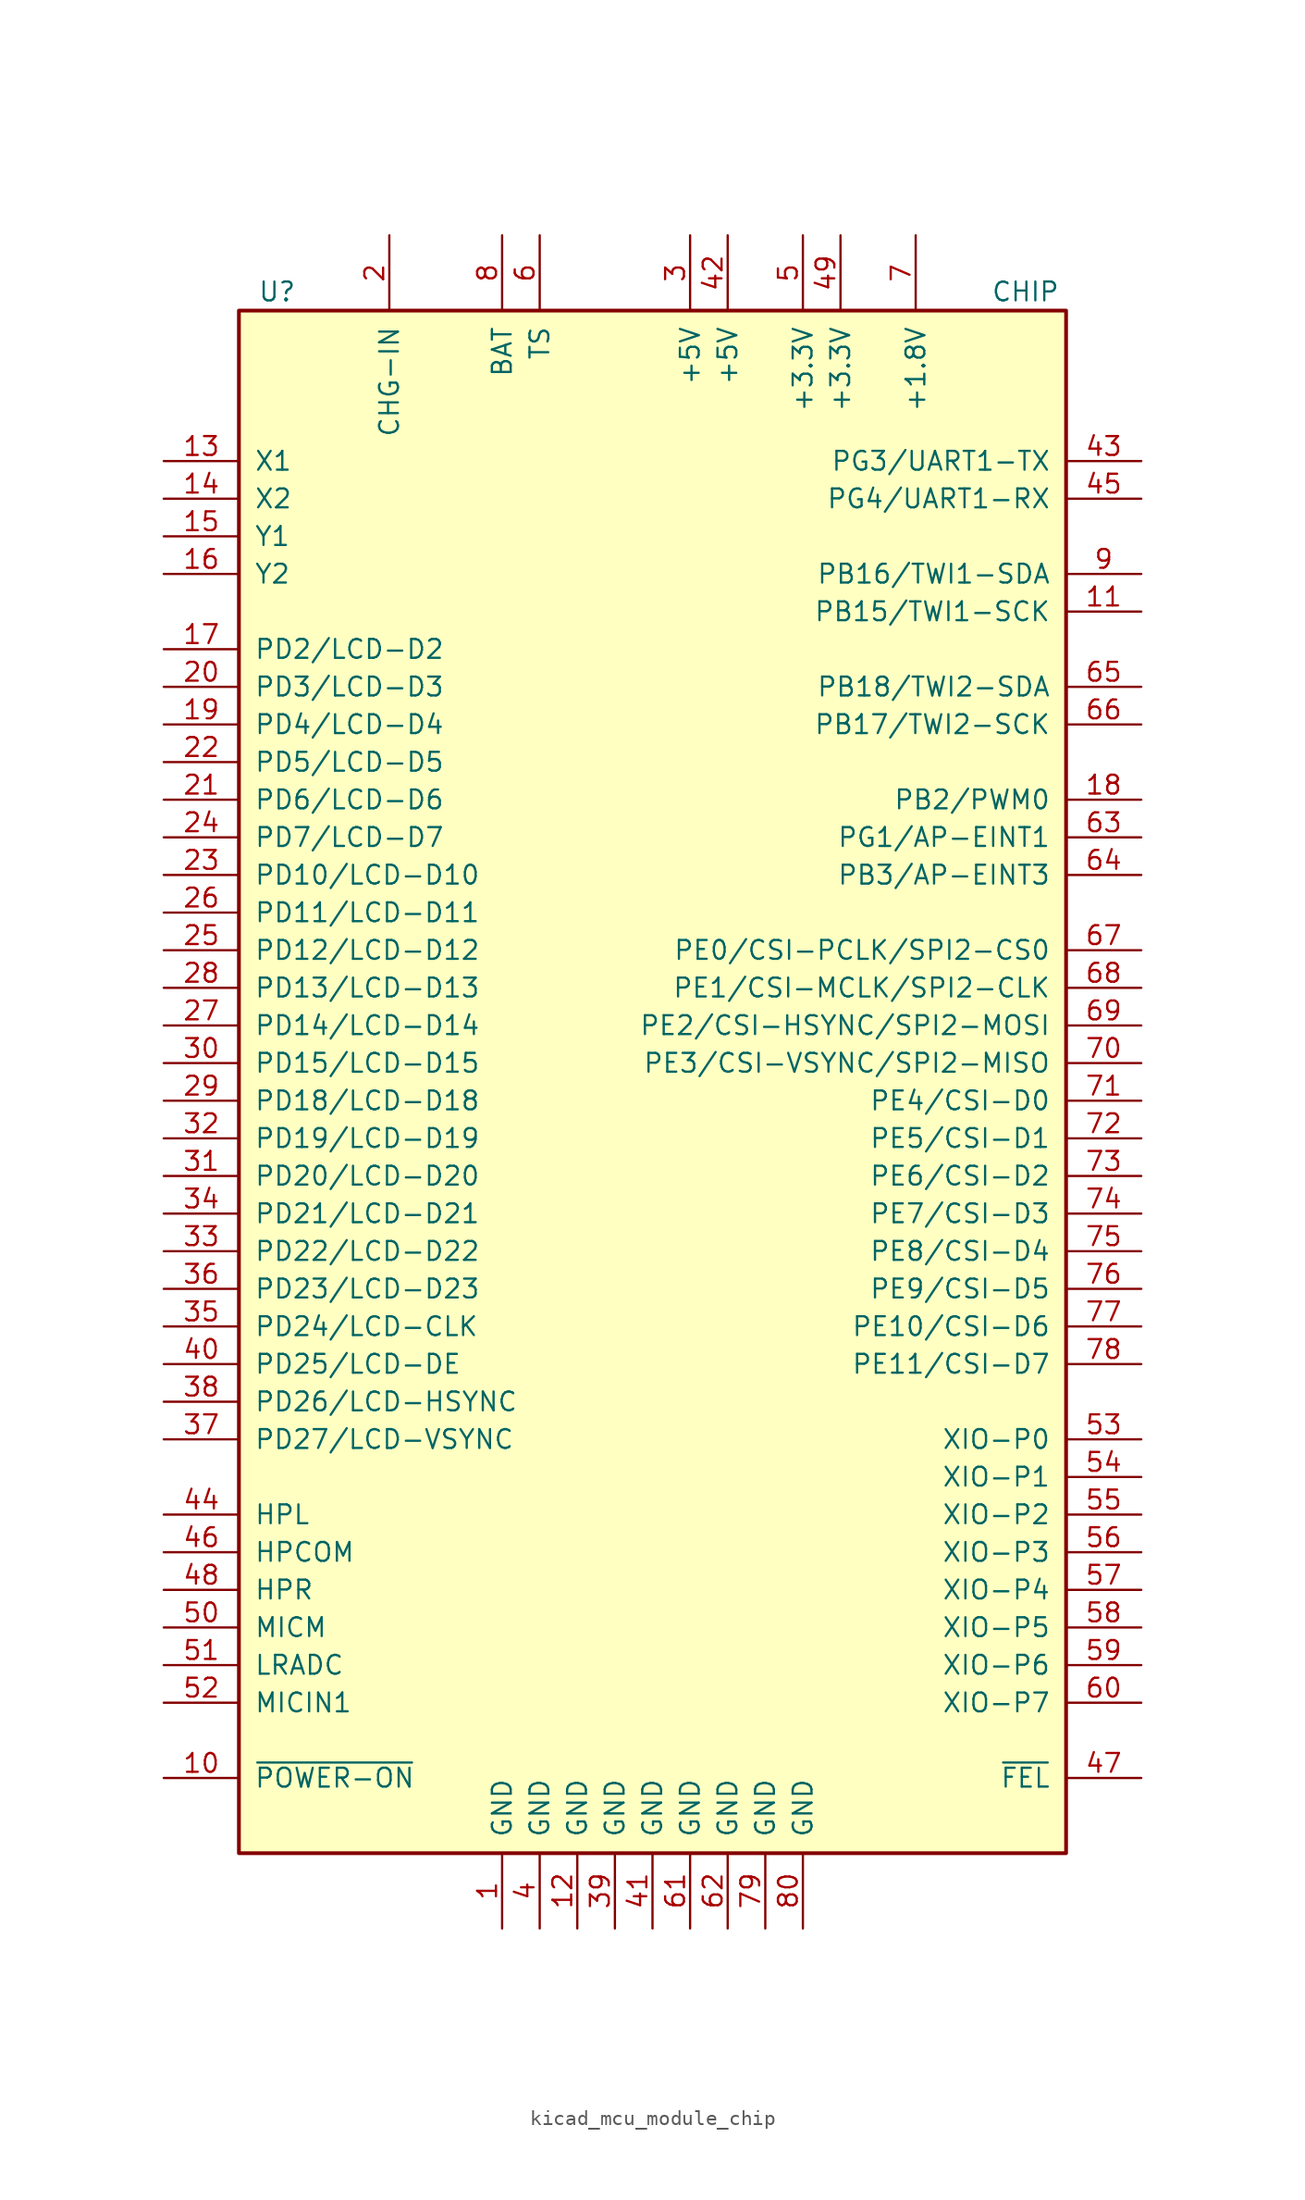
<source format=kicad_sym>
(kicad_symbol_lib
  (version 20220914)
  (generator kicad_symbol_editor)
  (symbol "kicad_mcu_module_chip"
    (pin_names
      (offset 1.016))
    (property "Reference" "U"
      (at -26.67 49.53 0)
      (effects (font (size 1.27 1.27)) (justify left)))
    (property "Value" "CHIP"
      (at 22.86 49.53 0)
      (effects (font (size 1.27 1.27)) (justify left)))
    (symbol "kicad_mcu_module_chip_0_1"
      (rectangle (start -27.94 48.26) (end 27.94 -55.88) (stroke (width 0.254) (type default)) (fill (type background))))
    (symbol "kicad_mcu_module_chip_1_1"
      (pin power_in line (at -10.16 -60.96 90) (length 5.08) (name "GND" (effects (font (size 1.27 1.27)))) (number "1" (effects (font (size 1.27 1.27)))))
      (pin input line (at -33.02 -50.8 0) (length 5.08) (name "~{POWER-ON}" (effects (font (size 1.27 1.27)))) (number "10" (effects (font (size 1.27 1.27)))))
      (pin bidirectional line (at 33.02 27.94 180) (length 5.08) (name "PB15/TWI1-SCK" (effects (font (size 1.27 1.27)))) (number "11" (effects (font (size 1.27 1.27)))))
      (pin power_in line (at -5.08 -60.96 90) (length 5.08) (name "GND" (effects (font (size 1.27 1.27)))) (number "12" (effects (font (size 1.27 1.27)))))
      (pin input line (at -33.02 38.1 0) (length 5.08) (name "X1" (effects (font (size 1.27 1.27)))) (number "13" (effects (font (size 1.27 1.27)))))
      (pin input line (at -33.02 35.56 0) (length 5.08) (name "X2" (effects (font (size 1.27 1.27)))) (number "14" (effects (font (size 1.27 1.27)))))
      (pin input line (at -33.02 33.02 0) (length 5.08) (name "Y1" (effects (font (size 1.27 1.27)))) (number "15" (effects (font (size 1.27 1.27)))))
      (pin input line (at -33.02 30.48 0) (length 5.08) (name "Y2" (effects (font (size 1.27 1.27)))) (number "16" (effects (font (size 1.27 1.27)))))
      (pin bidirectional line (at -33.02 25.4 0) (length 5.08) (name "PD2/LCD-D2" (effects (font (size 1.27 1.27)))) (number "17" (effects (font (size 1.27 1.27)))))
      (pin bidirectional line (at 33.02 15.24 180) (length 5.08) (name "PB2/PWM0" (effects (font (size 1.27 1.27)))) (number "18" (effects (font (size 1.27 1.27)))))
      (pin bidirectional line (at -33.02 20.32 0) (length 5.08) (name "PD4/LCD-D4" (effects (font (size 1.27 1.27)))) (number "19" (effects (font (size 1.27 1.27)))))
      (pin power_in line (at -17.78 53.34 270) (length 5.08) (name "CHG-IN" (effects (font (size 1.27 1.27)))) (number "2" (effects (font (size 1.27 1.27)))))
      (pin bidirectional line (at -33.02 22.86 0) (length 5.08) (name "PD3/LCD-D3" (effects (font (size 1.27 1.27)))) (number "20" (effects (font (size 1.27 1.27)))))
      (pin bidirectional line (at -33.02 15.24 0) (length 5.08) (name "PD6/LCD-D6" (effects (font (size 1.27 1.27)))) (number "21" (effects (font (size 1.27 1.27)))))
      (pin bidirectional line (at -33.02 17.78 0) (length 5.08) (name "PD5/LCD-D5" (effects (font (size 1.27 1.27)))) (number "22" (effects (font (size 1.27 1.27)))))
      (pin bidirectional line (at -33.02 10.16 0) (length 5.08) (name "PD10/LCD-D10" (effects (font (size 1.27 1.27)))) (number "23" (effects (font (size 1.27 1.27)))))
      (pin bidirectional line (at -33.02 12.7 0) (length 5.08) (name "PD7/LCD-D7" (effects (font (size 1.27 1.27)))) (number "24" (effects (font (size 1.27 1.27)))))
      (pin bidirectional line (at -33.02 5.08 0) (length 5.08) (name "PD12/LCD-D12" (effects (font (size 1.27 1.27)))) (number "25" (effects (font (size 1.27 1.27)))))
      (pin bidirectional line (at -33.02 7.62 0) (length 5.08) (name "PD11/LCD-D11" (effects (font (size 1.27 1.27)))) (number "26" (effects (font (size 1.27 1.27)))))
      (pin bidirectional line (at -33.02 0 0) (length 5.08) (name "PD14/LCD-D14" (effects (font (size 1.27 1.27)))) (number "27" (effects (font (size 1.27 1.27)))))
      (pin bidirectional line (at -33.02 2.54 0) (length 5.08) (name "PD13/LCD-D13" (effects (font (size 1.27 1.27)))) (number "28" (effects (font (size 1.27 1.27)))))
      (pin bidirectional line (at -33.02 -5.08 0) (length 5.08) (name "PD18/LCD-D18" (effects (font (size 1.27 1.27)))) (number "29" (effects (font (size 1.27 1.27)))))
      (pin power_out line (at 2.54 53.34 270) (length 5.08) (name "+5V" (effects (font (size 1.27 1.27)))) (number "3" (effects (font (size 1.27 1.27)))))
      (pin bidirectional line (at -33.02 -2.54 0) (length 5.08) (name "PD15/LCD-D15" (effects (font (size 1.27 1.27)))) (number "30" (effects (font (size 1.27 1.27)))))
      (pin bidirectional line (at -33.02 -10.16 0) (length 5.08) (name "PD20/LCD-D20" (effects (font (size 1.27 1.27)))) (number "31" (effects (font (size 1.27 1.27)))))
      (pin bidirectional line (at -33.02 -7.62 0) (length 5.08) (name "PD19/LCD-D19" (effects (font (size 1.27 1.27)))) (number "32" (effects (font (size 1.27 1.27)))))
      (pin bidirectional line (at -33.02 -15.24 0) (length 5.08) (name "PD22/LCD-D22" (effects (font (size 1.27 1.27)))) (number "33" (effects (font (size 1.27 1.27)))))
      (pin bidirectional line (at -33.02 -12.7 0) (length 5.08) (name "PD21/LCD-D21" (effects (font (size 1.27 1.27)))) (number "34" (effects (font (size 1.27 1.27)))))
      (pin bidirectional line (at -33.02 -20.32 0) (length 5.08) (name "PD24/LCD-CLK" (effects (font (size 1.27 1.27)))) (number "35" (effects (font (size 1.27 1.27)))))
      (pin bidirectional line (at -33.02 -17.78 0) (length 5.08) (name "PD23/LCD-D23" (effects (font (size 1.27 1.27)))) (number "36" (effects (font (size 1.27 1.27)))))
      (pin bidirectional line (at -33.02 -27.94 0) (length 5.08) (name "PD27/LCD-VSYNC" (effects (font (size 1.27 1.27)))) (number "37" (effects (font (size 1.27 1.27)))))
      (pin bidirectional line (at -33.02 -25.4 0) (length 5.08) (name "PD26/LCD-HSYNC" (effects (font (size 1.27 1.27)))) (number "38" (effects (font (size 1.27 1.27)))))
      (pin power_in line (at -2.54 -60.96 90) (length 5.08) (name "GND" (effects (font (size 1.27 1.27)))) (number "39" (effects (font (size 1.27 1.27)))))
      (pin power_in line (at -7.62 -60.96 90) (length 5.08) (name "GND" (effects (font (size 1.27 1.27)))) (number "4" (effects (font (size 1.27 1.27)))))
      (pin bidirectional line (at -33.02 -22.86 0) (length 5.08) (name "PD25/LCD-DE" (effects (font (size 1.27 1.27)))) (number "40" (effects (font (size 1.27 1.27)))))
      (pin power_in line (at 0 -60.96 90) (length 5.08) (name "GND" (effects (font (size 1.27 1.27)))) (number "41" (effects (font (size 1.27 1.27)))))
      (pin power_out line (at 5.08 53.34 270) (length 5.08) (name "+5V" (effects (font (size 1.27 1.27)))) (number "42" (effects (font (size 1.27 1.27)))))
      (pin bidirectional line (at 33.02 38.1 180) (length 5.08) (name "PG3/UART1-TX" (effects (font (size 1.27 1.27)))) (number "43" (effects (font (size 1.27 1.27)))))
      (pin output line (at -33.02 -33.02 0) (length 5.08) (name "HPL" (effects (font (size 1.27 1.27)))) (number "44" (effects (font (size 1.27 1.27)))))
      (pin input line (at 33.02 35.56 180) (length 5.08) (name "PG4/UART1-RX" (effects (font (size 1.27 1.27)))) (number "45" (effects (font (size 1.27 1.27)))))
      (pin output line (at -33.02 -35.56 0) (length 5.08) (name "HPCOM" (effects (font (size 1.27 1.27)))) (number "46" (effects (font (size 1.27 1.27)))))
      (pin input line (at 33.02 -50.8 180) (length 5.08) (name "~{FEL}" (effects (font (size 1.27 1.27)))) (number "47" (effects (font (size 1.27 1.27)))))
      (pin output line (at -33.02 -38.1 0) (length 5.08) (name "HPR" (effects (font (size 1.27 1.27)))) (number "48" (effects (font (size 1.27 1.27)))))
      (pin power_out line (at 12.7 53.34 270) (length 5.08) (name "+3.3V" (effects (font (size 1.27 1.27)))) (number "49" (effects (font (size 1.27 1.27)))))
      (pin power_out line (at 10.16 53.34 270) (length 5.08) (name "+3.3V" (effects (font (size 1.27 1.27)))) (number "5" (effects (font (size 1.27 1.27)))))
      (pin power_out line (at -33.02 -40.64 0) (length 5.08) (name "MICM" (effects (font (size 1.27 1.27)))) (number "50" (effects (font (size 1.27 1.27)))))
      (pin power_out line (at -33.02 -43.18 0) (length 5.08) (name "LRADC" (effects (font (size 1.27 1.27)))) (number "51" (effects (font (size 1.27 1.27)))))
      (pin input line (at -33.02 -45.72 0) (length 5.08) (name "MICIN1" (effects (font (size 1.27 1.27)))) (number "52" (effects (font (size 1.27 1.27)))))
      (pin bidirectional line (at 33.02 -27.94 180) (length 5.08) (name "XIO-P0" (effects (font (size 1.27 1.27)))) (number "53" (effects (font (size 1.27 1.27)))))
      (pin bidirectional line (at 33.02 -30.48 180) (length 5.08) (name "XIO-P1" (effects (font (size 1.27 1.27)))) (number "54" (effects (font (size 1.27 1.27)))))
      (pin bidirectional line (at 33.02 -33.02 180) (length 5.08) (name "XIO-P2" (effects (font (size 1.27 1.27)))) (number "55" (effects (font (size 1.27 1.27)))))
      (pin bidirectional line (at 33.02 -35.56 180) (length 5.08) (name "XIO-P3" (effects (font (size 1.27 1.27)))) (number "56" (effects (font (size 1.27 1.27)))))
      (pin bidirectional line (at 33.02 -38.1 180) (length 5.08) (name "XIO-P4" (effects (font (size 1.27 1.27)))) (number "57" (effects (font (size 1.27 1.27)))))
      (pin bidirectional line (at 33.02 -40.64 180) (length 5.08) (name "XIO-P5" (effects (font (size 1.27 1.27)))) (number "58" (effects (font (size 1.27 1.27)))))
      (pin bidirectional line (at 33.02 -43.18 180) (length 5.08) (name "XIO-P6" (effects (font (size 1.27 1.27)))) (number "59" (effects (font (size 1.27 1.27)))))
      (pin input line (at -7.62 53.34 270) (length 5.08) (name "TS" (effects (font (size 1.27 1.27)))) (number "6" (effects (font (size 1.27 1.27)))))
      (pin bidirectional line (at 33.02 -45.72 180) (length 5.08) (name "XIO-P7" (effects (font (size 1.27 1.27)))) (number "60" (effects (font (size 1.27 1.27)))))
      (pin power_in line (at 2.54 -60.96 90) (length 5.08) (name "GND" (effects (font (size 1.27 1.27)))) (number "61" (effects (font (size 1.27 1.27)))))
      (pin power_in line (at 5.08 -60.96 90) (length 5.08) (name "GND" (effects (font (size 1.27 1.27)))) (number "62" (effects (font (size 1.27 1.27)))))
      (pin bidirectional line (at 33.02 12.7 180) (length 5.08) (name "PG1/AP-EINT1" (effects (font (size 1.27 1.27)))) (number "63" (effects (font (size 1.27 1.27)))))
      (pin bidirectional line (at 33.02 10.16 180) (length 5.08) (name "PB3/AP-EINT3" (effects (font (size 1.27 1.27)))) (number "64" (effects (font (size 1.27 1.27)))))
      (pin bidirectional line (at 33.02 22.86 180) (length 5.08) (name "PB18/TWI2-SDA" (effects (font (size 1.27 1.27)))) (number "65" (effects (font (size 1.27 1.27)))))
      (pin bidirectional line (at 33.02 20.32 180) (length 5.08) (name "PB17/TWI2-SCK" (effects (font (size 1.27 1.27)))) (number "66" (effects (font (size 1.27 1.27)))))
      (pin bidirectional line (at 33.02 5.08 180) (length 5.08) (name "PE0/CSI-PCLK/SPI2-CS0" (effects (font (size 1.27 1.27)))) (number "67" (effects (font (size 1.27 1.27)))))
      (pin bidirectional line (at 33.02 2.54 180) (length 5.08) (name "PE1/CSI-MCLK/SPI2-CLK" (effects (font (size 1.27 1.27)))) (number "68" (effects (font (size 1.27 1.27)))))
      (pin bidirectional line (at 33.02 0 180) (length 5.08) (name "PE2/CSI-HSYNC/SPI2-MOSI" (effects (font (size 1.27 1.27)))) (number "69" (effects (font (size 1.27 1.27)))))
      (pin power_out line (at 17.78 53.34 270) (length 5.08) (name "+1.8V" (effects (font (size 1.27 1.27)))) (number "7" (effects (font (size 1.27 1.27)))))
      (pin bidirectional line (at 33.02 -2.54 180) (length 5.08) (name "PE3/CSI-VSYNC/SPI2-MISO" (effects (font (size 1.27 1.27)))) (number "70" (effects (font (size 1.27 1.27)))))
      (pin bidirectional line (at 33.02 -5.08 180) (length 5.08) (name "PE4/CSI-D0" (effects (font (size 1.27 1.27)))) (number "71" (effects (font (size 1.27 1.27)))))
      (pin bidirectional line (at 33.02 -7.62 180) (length 5.08) (name "PE5/CSI-D1" (effects (font (size 1.27 1.27)))) (number "72" (effects (font (size 1.27 1.27)))))
      (pin bidirectional line (at 33.02 -10.16 180) (length 5.08) (name "PE6/CSI-D2" (effects (font (size 1.27 1.27)))) (number "73" (effects (font (size 1.27 1.27)))))
      (pin bidirectional line (at 33.02 -12.7 180) (length 5.08) (name "PE7/CSI-D3" (effects (font (size 1.27 1.27)))) (number "74" (effects (font (size 1.27 1.27)))))
      (pin bidirectional line (at 33.02 -15.24 180) (length 5.08) (name "PE8/CSI-D4" (effects (font (size 1.27 1.27)))) (number "75" (effects (font (size 1.27 1.27)))))
      (pin bidirectional line (at 33.02 -17.78 180) (length 5.08) (name "PE9/CSI-D5" (effects (font (size 1.27 1.27)))) (number "76" (effects (font (size 1.27 1.27)))))
      (pin bidirectional line (at 33.02 -20.32 180) (length 5.08) (name "PE10/CSI-D6" (effects (font (size 1.27 1.27)))) (number "77" (effects (font (size 1.27 1.27)))))
      (pin bidirectional line (at 33.02 -22.86 180) (length 5.08) (name "PE11/CSI-D7" (effects (font (size 1.27 1.27)))) (number "78" (effects (font (size 1.27 1.27)))))
      (pin power_in line (at 7.62 -60.96 90) (length 5.08) (name "GND" (effects (font (size 1.27 1.27)))) (number "79" (effects (font (size 1.27 1.27)))))
      (pin power_in line (at -10.16 53.34 270) (length 5.08) (name "BAT" (effects (font (size 1.27 1.27)))) (number "8" (effects (font (size 1.27 1.27)))))
      (pin power_in line (at 10.16 -60.96 90) (length 5.08) (name "GND" (effects (font (size 1.27 1.27)))) (number "80" (effects (font (size 1.27 1.27)))))
      (pin bidirectional line (at 33.02 30.48 180) (length 5.08) (name "PB16/TWI1-SDA" (effects (font (size 1.27 1.27)))) (number "9" (effects (font (size 1.27 1.27))))))))
</source>
